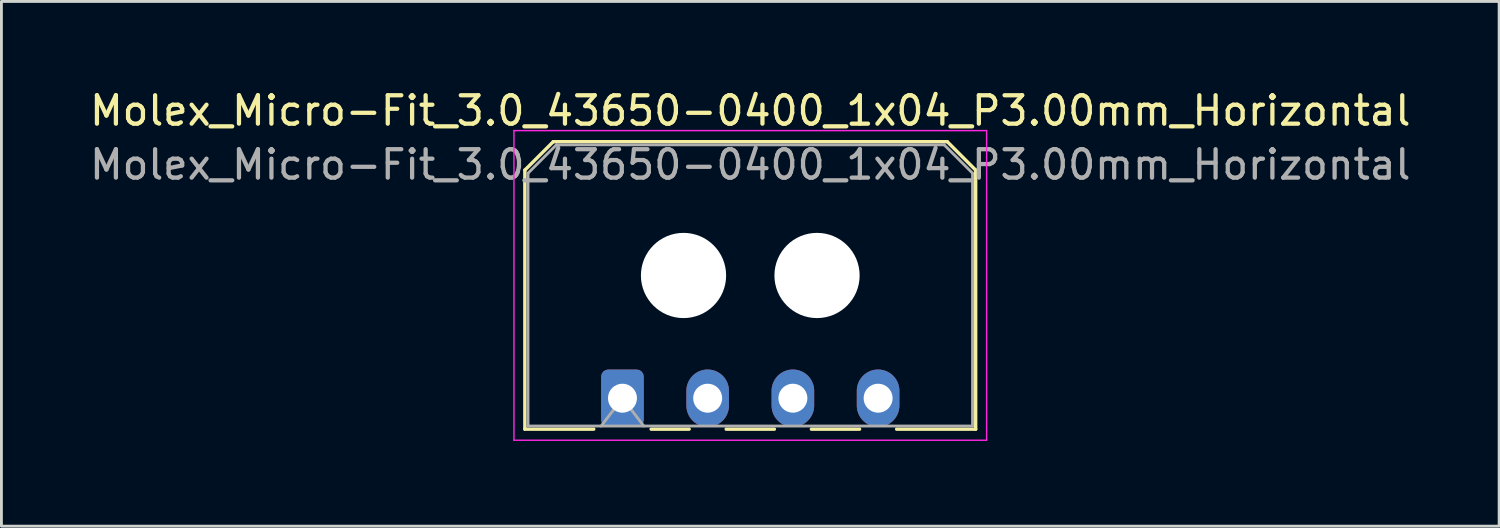
<source format=kicad_pcb>
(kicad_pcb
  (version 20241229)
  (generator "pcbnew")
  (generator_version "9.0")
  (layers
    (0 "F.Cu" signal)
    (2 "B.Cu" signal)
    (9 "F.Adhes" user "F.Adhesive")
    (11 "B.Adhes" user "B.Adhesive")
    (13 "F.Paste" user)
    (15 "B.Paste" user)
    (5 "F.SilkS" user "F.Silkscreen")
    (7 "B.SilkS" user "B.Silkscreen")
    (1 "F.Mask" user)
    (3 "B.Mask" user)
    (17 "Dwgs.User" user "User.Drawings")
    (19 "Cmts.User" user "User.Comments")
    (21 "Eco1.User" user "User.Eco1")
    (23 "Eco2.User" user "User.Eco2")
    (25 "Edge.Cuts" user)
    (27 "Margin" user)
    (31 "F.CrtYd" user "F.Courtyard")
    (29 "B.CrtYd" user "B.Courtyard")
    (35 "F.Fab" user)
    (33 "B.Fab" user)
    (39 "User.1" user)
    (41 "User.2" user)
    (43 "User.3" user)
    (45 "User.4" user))
  (footprint "Molex_Micro-Fit_3.0_43650-0400_1x04_P3.00mm_Horizontal"
    (layer "F.Cu")
    (at 23.363 10.948)
    (property "Reference" "Molex_Micro-Fit_3.0_43650-0400_1x04_P3.00mm_Horizontal" (at 0 -10.1 0) (layer "F.SilkS") (effects (font (size 1 1) (thickness 0.15))))
    (attr through_hole)
    (fp_line (start -7.935 -8.01) (end -6.935 -9.01) (stroke (width 0.12) (type solid)) (layer "F.SilkS"))
    (fp_line (start -7.935 1.11) (end -7.935 -8.01) (stroke (width 0.12) (type solid)) (layer "F.SilkS"))
    (fp_line (start -7.935 1.11) (end -5.51 1.11) (stroke (width 0.12) (type solid)) (layer "F.SilkS"))
    (fp_line (start -6.935 -9.01) (end 6.935 -9.01) (stroke (width 0.12) (type solid)) (layer "F.SilkS"))
    (fp_line (start -3.49 1.11) (end -2.152 1.11) (stroke (width 0.12) (type solid)) (layer "F.SilkS"))
    (fp_line (start -0.848 1.11) (end 0.848 1.11) (stroke (width 0.12) (type solid)) (layer "F.SilkS"))
    (fp_line (start 2.152 1.11) (end 3.848 1.11) (stroke (width 0.12) (type solid)) (layer "F.SilkS"))
    (fp_line (start 6.935 -9.01) (end 7.935 -8.01) (stroke (width 0.12) (type solid)) (layer "F.SilkS"))
    (fp_line (start 7.935 -8.01) (end 7.935 1.11) (stroke (width 0.12) (type solid)) (layer "F.SilkS"))
    (fp_line (start 7.935 1.11) (end 5.152 1.11) (stroke (width 0.12) (type solid)) (layer "F.SilkS"))
    (fp_line (start -8.32 -9.4) (end 8.32 -9.4) (stroke (width 0.05) (type solid)) (layer "F.CrtYd"))
    (fp_line (start -8.32 1.5) (end -8.32 -9.4) (stroke (width 0.05) (type solid)) (layer "F.CrtYd"))
    (fp_line (start 8.32 -9.4) (end 8.32 1.5) (stroke (width 0.05) (type solid)) (layer "F.CrtYd"))
    (fp_line (start 8.32 1.5) (end -8.32 1.5) (stroke (width 0.05) (type solid)) (layer "F.CrtYd"))
    (fp_line (start -7.825 -7.9) (end -6.825 -8.9) (stroke (width 0.1) (type solid)) (layer "F.Fab"))
    (fp_line (start -7.825 1) (end -7.825 -7.9) (stroke (width 0.1) (type solid)) (layer "F.Fab"))
    (fp_line (start -6.825 -8.9) (end 6.825 -8.9) (stroke (width 0.1) (type solid)) (layer "F.Fab"))
    (fp_line (start -5.25 1) (end -4.5 0.02) (stroke (width 0.1) (type solid)) (layer "F.Fab"))
    (fp_line (start -4.5 0.02) (end -3.75 1) (stroke (width 0.1) (type solid)) (layer "F.Fab"))
    (fp_line (start 6.825 -8.9) (end 7.825 -7.9) (stroke (width 0.1) (type solid)) (layer "F.Fab"))
    (fp_line (start 7.825 -7.9) (end 7.825 1) (stroke (width 0.1) (type solid)) (layer "F.Fab"))
    (fp_line (start 7.825 1) (end -7.825 1) (stroke (width 0.1) (type solid)) (layer "F.Fab"))
    (fp_text user "${REFERENCE}" (at 0 -8.2 0) (layer "F.Fab") (effects (font (size 1 1) (thickness 0.15))))
    (pad "" np_thru_hole circle (at -2.35 -4.3) (size 3 3) (drill 3) (layers "*.Cu" "*.Mask"))
    (pad "" np_thru_hole circle (at 2.35 -4.3) (size 3 3) (drill 3) (layers "*.Cu" "*.Mask"))
    (pad "1" thru_hole roundrect (at -4.5 0.02) (size 1.5 2.02) (drill 1.02) (layers "*.Cu" "*.Mask") (roundrect_rratio 0.167))
    (pad "2" thru_hole oval (at -1.5 0.02) (size 1.5 2.02) (drill 1.02) (layers "*.Cu" "*.Mask"))
    (pad "3" thru_hole oval (at 1.5 0.02) (size 1.5 2.02) (drill 1.02) (layers "*.Cu" "*.Mask"))
    (pad "4" thru_hole oval (at 4.5 0.02) (size 1.5 2.02) (drill 1.02) (layers "*.Cu" "*.Mask")))
  (gr_rect
    (start -3 -3)
    (end 49.726 15.473)
    (stroke (width 0.1) (type default))
    (fill no)
    (layer "Edge.Cuts")))
</source>
